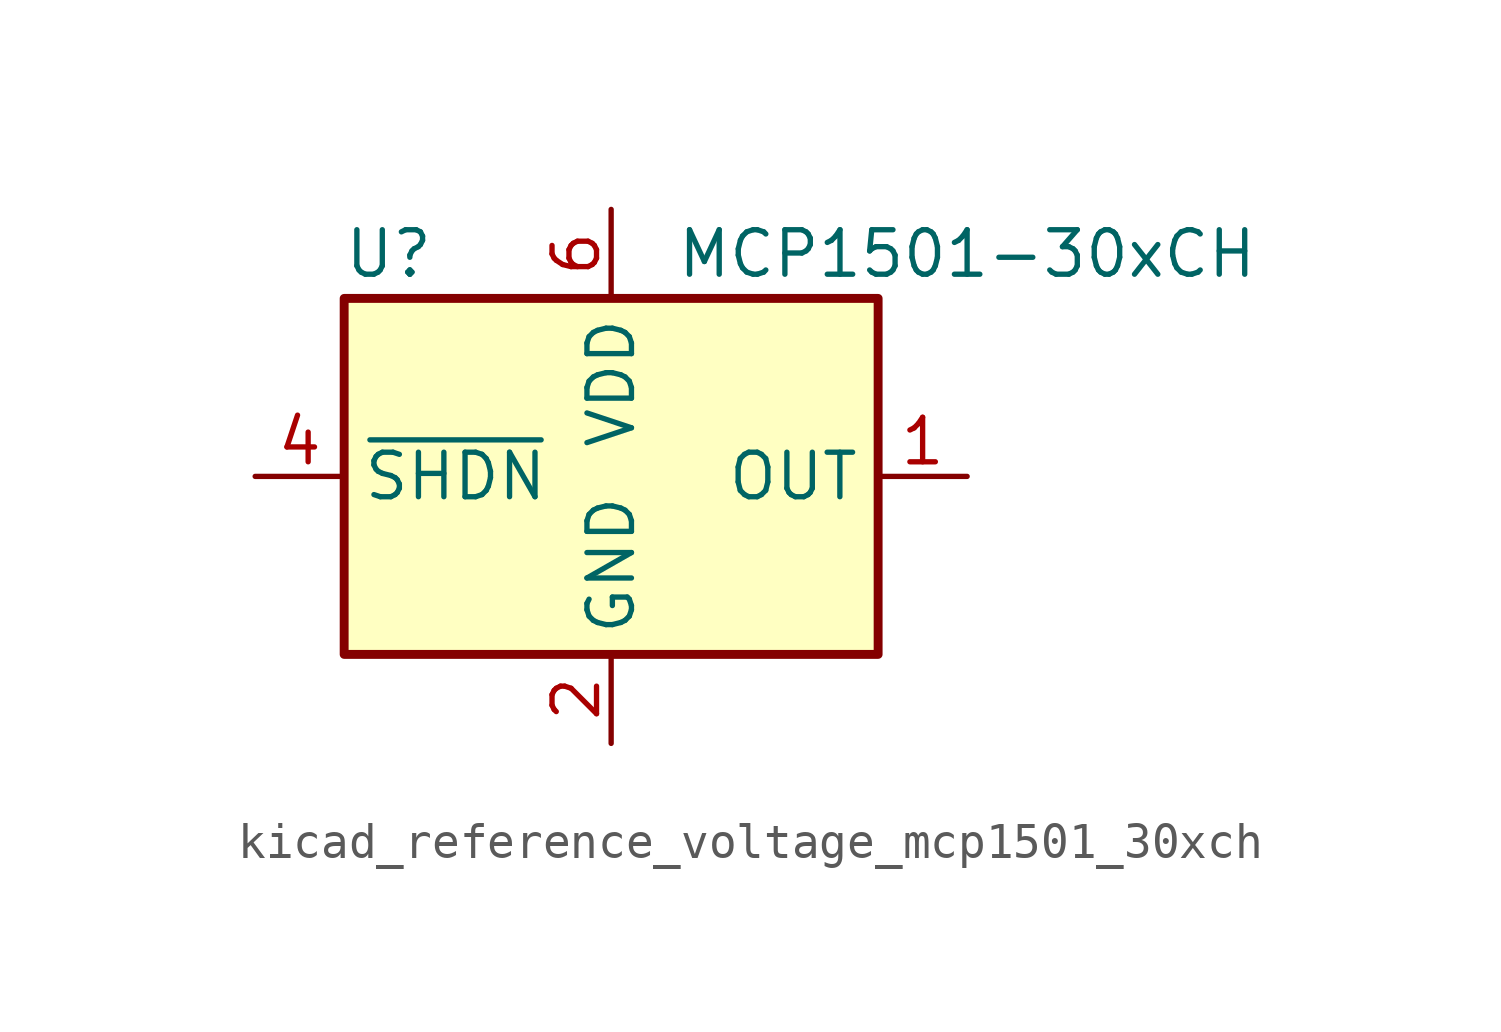
<source format=kicad_sym>
(kicad_symbol_lib
  (version 20220914)
  (generator kicad_symbol_editor)
  (symbol "kicad_reference_voltage_mcp1501_30xch"
    (property "Reference" "U"
      (at -6.35 6.35 0)
      (effects (font (size 1.27 1.27))))
    (property "Value" "MCP1501-30xCH"
      (at 10.16 6.35 0)
      (effects (font (size 1.27 1.27))))
    (symbol "kicad_reference_voltage_mcp1501_30xch_0_0"
      (pin power_out line (at 10.16 0 180) (length 2.54) (name "OUT" (effects (font (size 1.27 1.27)))) (number "1" (effects (font (size 1.27 1.27)))))
      (pin power_in line (at 0 -7.62 90) (length 2.54) (name "GND" (effects (font (size 1.27 1.27)))) (number "2" (effects (font (size 1.27 1.27)))))
      (pin passive line (at 0 -7.62 90) (length 2.54) hide (name "GND" (effects (font (size 1.27 1.27)))) (number "3" (effects (font (size 1.27 1.27)))))
      (pin input line (at -10.16 0 0) (length 2.54) (name "~{SHDN}" (effects (font (size 1.27 1.27)))) (number "4" (effects (font (size 1.27 1.27)))))
      (pin passive line (at 0 -7.62 90) (length 2.54) hide (name "GND" (effects (font (size 1.27 1.27)))) (number "5" (effects (font (size 1.27 1.27)))))
      (pin power_in line (at 0 7.62 270) (length 2.54) (name "VDD" (effects (font (size 1.27 1.27)))) (number "6" (effects (font (size 1.27 1.27))))))
    (symbol "kicad_reference_voltage_mcp1501_30xch_0_1"
      (rectangle (start -7.62 5.08) (end 7.62 -5.08) (stroke (width 0.254) (type default)) (fill (type background))))))
</source>
